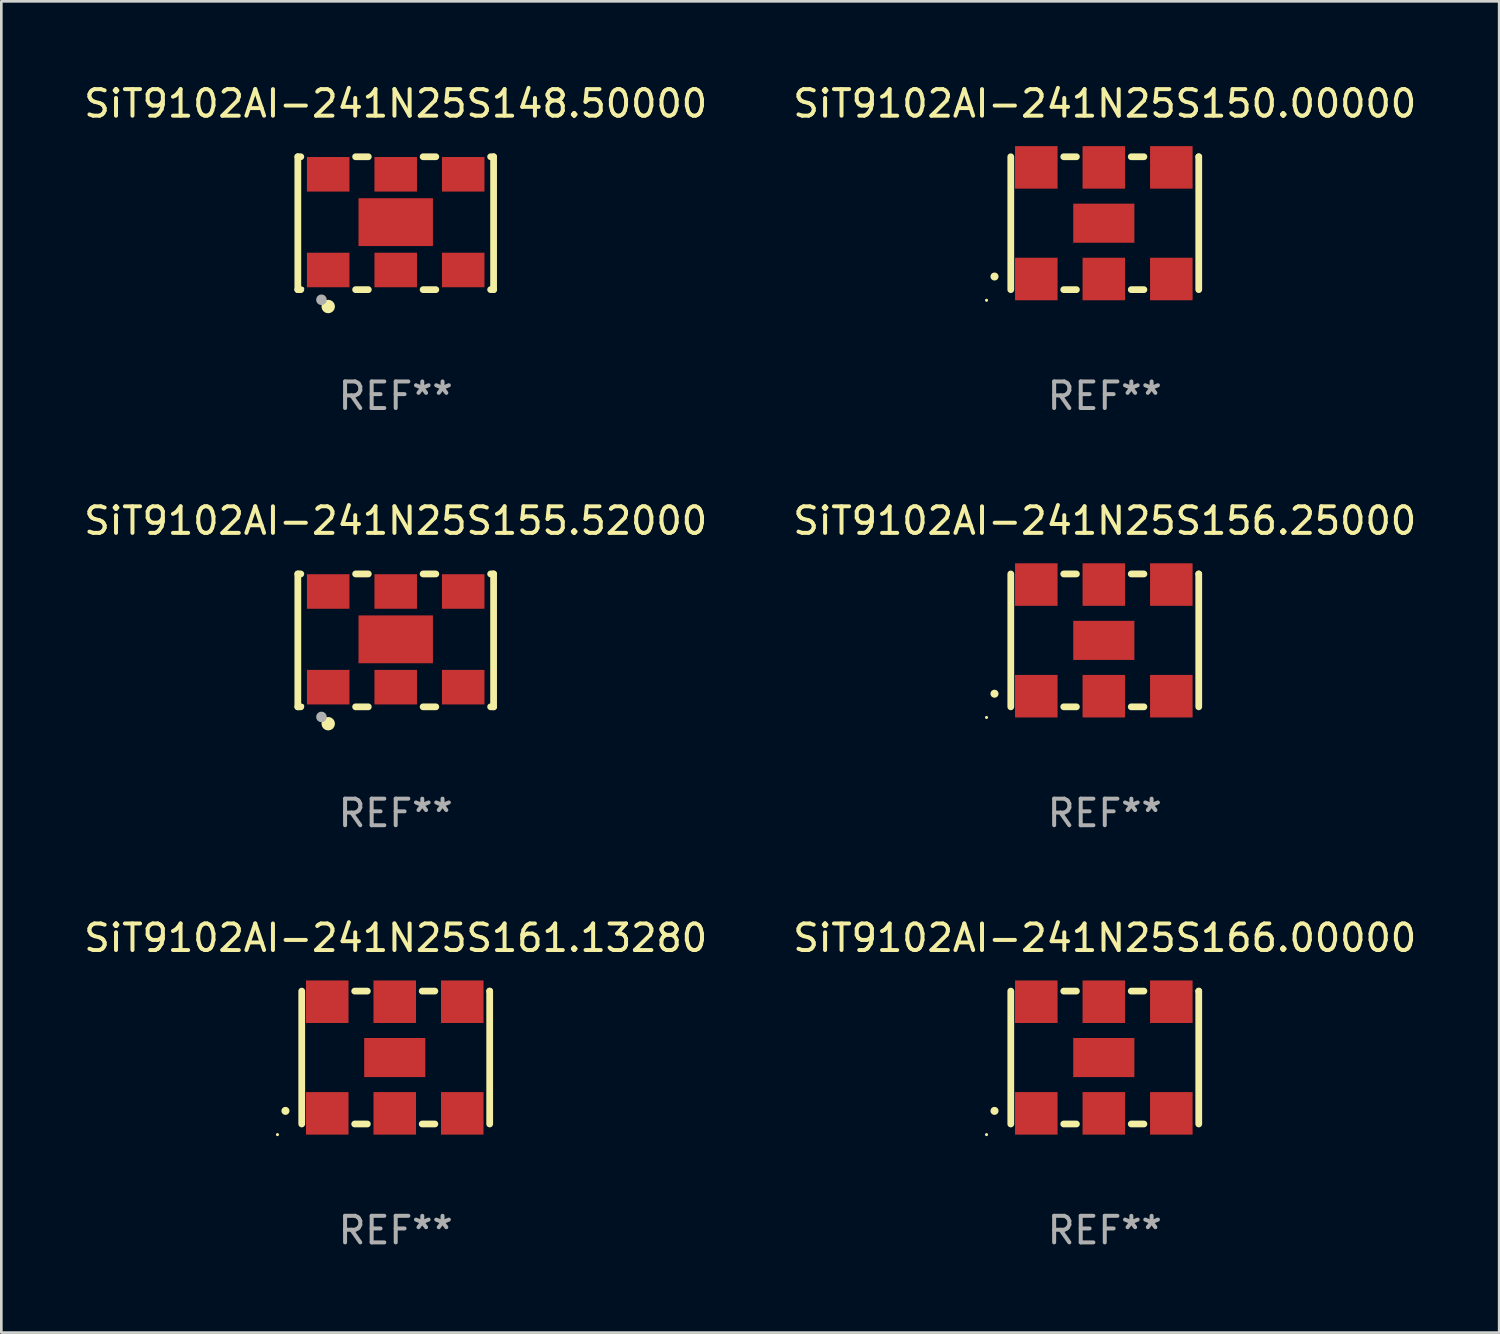
<source format=kicad_pcb>
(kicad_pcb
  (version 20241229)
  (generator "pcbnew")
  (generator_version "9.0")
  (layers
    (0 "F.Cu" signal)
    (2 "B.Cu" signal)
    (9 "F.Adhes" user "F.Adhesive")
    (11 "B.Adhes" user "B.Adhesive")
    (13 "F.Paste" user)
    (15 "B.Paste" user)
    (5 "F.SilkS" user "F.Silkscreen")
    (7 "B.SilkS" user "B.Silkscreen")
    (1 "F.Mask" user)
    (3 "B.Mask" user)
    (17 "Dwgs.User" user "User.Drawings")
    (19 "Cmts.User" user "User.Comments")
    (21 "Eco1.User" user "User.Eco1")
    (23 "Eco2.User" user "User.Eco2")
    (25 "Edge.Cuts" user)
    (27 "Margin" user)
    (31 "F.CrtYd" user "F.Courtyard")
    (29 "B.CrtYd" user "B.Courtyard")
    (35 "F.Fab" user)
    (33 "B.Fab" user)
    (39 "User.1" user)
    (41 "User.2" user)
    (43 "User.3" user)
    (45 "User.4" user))
  (footprint "SiT9102AI-241N25S161.13280"
    (layer "F.Cu")
    (at 11.839 36.741)
    (property "Reference" "SiT9102AI-241N25S161.13280" (at 0 -4.5 0) (layer "F.SilkS") (effects (font (size 1 1) (thickness 0.15))))
    (attr through_hole)
    (fp_line (start -3.536 -2.5) (end -3.536 2.5) (stroke (width 0.254) (type solid)) (layer "F.SilkS"))
    (fp_line (start -1.544 2.5) (end -1.067 2.5) (stroke (width 0.254) (type solid)) (layer "F.SilkS"))
    (fp_line (start -1.067 -2.5) (end -1.544 -2.5) (stroke (width 0.254) (type solid)) (layer "F.SilkS"))
    (fp_line (start 0.996 2.5) (end 1.473 2.5) (stroke (width 0.254) (type solid)) (layer "F.SilkS"))
    (fp_line (start 1.473 -2.5) (end 0.996 -2.5) (stroke (width 0.254) (type solid)) (layer "F.SilkS"))
    (fp_line (start 3.536 -2.5) (end 3.536 -2.5) (stroke (width 0.254) (type solid)) (layer "F.SilkS"))
    (fp_line (start 3.536 2.5) (end 3.536 -2.5) (stroke (width 0.254) (type solid)) (layer "F.SilkS"))
    (fp_arc (start -4.150432 2.006604) (mid -4.149162 2.006599) (end -4.147892 2.006604) (stroke (width 0.3) (type solid)) (layer "F.SilkS"))
    (fp_circle (center -4.449 2.9) (end -4.419 2.9) (stroke (width 0.06) (type solid)) (fill no) (layer "F.SilkS"))
    (fp_text user "REF**" (at 0 6.5 0) (layer "F.Fab") (effects (font (size 1 1) (thickness 0.15))))
    (pad "1" smd rect (at -2.576 2.1) (size 1.6 1.6) (layers "F.Cu" "F.Mask" "F.Paste"))
    (pad "2" smd rect (at -0.036 2.1) (size 1.6 1.6) (layers "F.Cu" "F.Mask" "F.Paste"))
    (pad "3" smd rect (at 2.504 2.1) (size 1.6 1.6) (layers "F.Cu" "F.Mask" "F.Paste"))
    (pad "4" smd rect (at 2.504 -2.1) (size 1.6 1.6) (layers "F.Cu" "F.Mask" "F.Paste"))
    (pad "5" smd rect (at -0.036 -2.1) (size 1.6 1.6) (layers "F.Cu" "F.Mask" "F.Paste"))
    (pad "6" smd rect (at -2.576 -2.1) (size 1.6 1.6) (layers "F.Cu" "F.Mask" "F.Paste"))
    (pad "7" smd rect (at -0.036 0) (size 2.3 1.47) (layers "F.Cu" "F.Mask" "F.Paste")))
  (footprint "SiT9102AI-241N25S155.52000"
    (layer "F.Cu")
    (at 11.839 21.045)
    (property "Reference" "SiT9102AI-241N25S155.52000" (at 0 -4.5 0) (layer "F.SilkS") (effects (font (size 1 1) (thickness 0.15))))
    (attr through_hole)
    (fp_line (start -3.683 -2.5) (end -3.571 -2.5) (stroke (width 0.254) (type solid)) (layer "F.SilkS"))
    (fp_line (start -3.683 2.5) (end -3.683 -2.5) (stroke (width 0.254) (type solid)) (layer "F.SilkS"))
    (fp_line (start -3.683 2.5) (end -3.571 2.5) (stroke (width 0.254) (type solid)) (layer "F.SilkS"))
    (fp_line (start -1.509 -2.5) (end -1.031 -2.5) (stroke (width 0.254) (type solid)) (layer "F.SilkS"))
    (fp_line (start -1.509 2.5) (end -1.031 2.5) (stroke (width 0.254) (type solid)) (layer "F.SilkS"))
    (fp_line (start 1.031 -2.5) (end 1.509 -2.5) (stroke (width 0.254) (type solid)) (layer "F.SilkS"))
    (fp_line (start 1.031 2.5) (end 1.509 2.5) (stroke (width 0.254) (type solid)) (layer "F.SilkS"))
    (fp_line (start 3.571 -2.5) (end 3.683 -2.5) (stroke (width 0.254) (type solid)) (layer "F.SilkS"))
    (fp_line (start 3.571 2.5) (end 3.683 2.5) (stroke (width 0.254) (type solid)) (layer "F.SilkS"))
    (fp_line (start 3.683 2.5) (end 3.683 -2.5) (stroke (width 0.254) (type solid)) (layer "F.SilkS"))
    (fp_circle (center -3.5 2.46) (end -3.47 2.46) (stroke (width 0.06) (type solid)) (fill no) (layer "F.SilkS"))
    (fp_circle (center -2.54 3.135) (end -2.413 3.135) (stroke (width 0.254) (type solid)) (fill no) (layer "F.SilkS"))
    (fp_circle (center -2.794 2.881) (end -2.694 2.881) (stroke (width 0.2) (type solid)) (fill no) (layer "F.Fab"))
    (fp_text user "REF**" (at 0 6.5 0) (layer "F.Fab") (effects (font (size 1 1) (thickness 0.15))))
    (pad "1" smd rect (at -2.54 1.76) (size 1.6 1.3) (layers "F.Cu" "F.Mask" "F.Paste"))
    (pad "2" smd rect (at 0 1.76) (size 1.6 1.3) (layers "F.Cu" "F.Mask" "F.Paste"))
    (pad "3" smd rect (at 2.54 1.76) (size 1.6 1.3) (layers "F.Cu" "F.Mask" "F.Paste"))
    (pad "4" smd rect (at 2.54 -1.84) (size 1.6 1.3) (layers "F.Cu" "F.Mask" "F.Paste"))
    (pad "5" smd rect (at 0 -1.84) (size 1.6 1.3) (layers "F.Cu" "F.Mask" "F.Paste"))
    (pad "6" smd rect (at -2.54 -1.84) (size 1.6 1.3) (layers "F.Cu" "F.Mask" "F.Paste"))
    (pad "7" smd rect (at 0 -0.04) (size 2.8 1.8) (layers "F.Cu" "F.Mask" "F.Paste")))
  (footprint "SiT9102AI-241N25S156.25000"
    (layer "F.Cu")
    (at 38.518 21.045)
    (property "Reference" "SiT9102AI-241N25S156.25000" (at 0 -4.5 0) (layer "F.SilkS") (effects (font (size 1 1) (thickness 0.15))))
    (attr through_hole)
    (fp_line (start -3.536 -2.5) (end -3.536 2.5) (stroke (width 0.254) (type solid)) (layer "F.SilkS"))
    (fp_line (start -1.544 2.5) (end -1.067 2.5) (stroke (width 0.254) (type solid)) (layer "F.SilkS"))
    (fp_line (start -1.067 -2.5) (end -1.544 -2.5) (stroke (width 0.254) (type solid)) (layer "F.SilkS"))
    (fp_line (start 0.996 2.5) (end 1.473 2.5) (stroke (width 0.254) (type solid)) (layer "F.SilkS"))
    (fp_line (start 1.473 -2.5) (end 0.996 -2.5) (stroke (width 0.254) (type solid)) (layer "F.SilkS"))
    (fp_line (start 3.536 -2.5) (end 3.536 -2.5) (stroke (width 0.254) (type solid)) (layer "F.SilkS"))
    (fp_line (start 3.536 2.5) (end 3.536 -2.5) (stroke (width 0.254) (type solid)) (layer "F.SilkS"))
    (fp_arc (start -4.150432 2.006604) (mid -4.149162 2.006599) (end -4.147892 2.006604) (stroke (width 0.3) (type solid)) (layer "F.SilkS"))
    (fp_circle (center -4.449 2.9) (end -4.419 2.9) (stroke (width 0.06) (type solid)) (fill no) (layer "F.SilkS"))
    (fp_text user "REF**" (at 0 6.5 0) (layer "F.Fab") (effects (font (size 1 1) (thickness 0.15))))
    (pad "1" smd rect (at -2.576 2.1) (size 1.6 1.6) (layers "F.Cu" "F.Mask" "F.Paste"))
    (pad "2" smd rect (at -0.036 2.1) (size 1.6 1.6) (layers "F.Cu" "F.Mask" "F.Paste"))
    (pad "3" smd rect (at 2.504 2.1) (size 1.6 1.6) (layers "F.Cu" "F.Mask" "F.Paste"))
    (pad "4" smd rect (at 2.504 -2.1) (size 1.6 1.6) (layers "F.Cu" "F.Mask" "F.Paste"))
    (pad "5" smd rect (at -0.036 -2.1) (size 1.6 1.6) (layers "F.Cu" "F.Mask" "F.Paste"))
    (pad "6" smd rect (at -2.576 -2.1) (size 1.6 1.6) (layers "F.Cu" "F.Mask" "F.Paste"))
    (pad "7" smd rect (at -0.036 0) (size 2.3 1.47) (layers "F.Cu" "F.Mask" "F.Paste")))
  (footprint "SiT9102AI-241N25S150.00000"
    (layer "F.Cu")
    (at 38.518 5.348)
    (property "Reference" "SiT9102AI-241N25S150.00000" (at 0 -4.5 0) (layer "F.SilkS") (effects (font (size 1 1) (thickness 0.15))))
    (attr through_hole)
    (fp_line (start -3.536 -2.5) (end -3.536 2.5) (stroke (width 0.254) (type solid)) (layer "F.SilkS"))
    (fp_line (start -1.544 2.5) (end -1.067 2.5) (stroke (width 0.254) (type solid)) (layer "F.SilkS"))
    (fp_line (start -1.067 -2.5) (end -1.544 -2.5) (stroke (width 0.254) (type solid)) (layer "F.SilkS"))
    (fp_line (start 0.996 2.5) (end 1.473 2.5) (stroke (width 0.254) (type solid)) (layer "F.SilkS"))
    (fp_line (start 1.473 -2.5) (end 0.996 -2.5) (stroke (width 0.254) (type solid)) (layer "F.SilkS"))
    (fp_line (start 3.536 -2.5) (end 3.536 -2.5) (stroke (width 0.254) (type solid)) (layer "F.SilkS"))
    (fp_line (start 3.536 2.5) (end 3.536 -2.5) (stroke (width 0.254) (type solid)) (layer "F.SilkS"))
    (fp_arc (start -4.150432 2.006604) (mid -4.149162 2.006599) (end -4.147892 2.006604) (stroke (width 0.3) (type solid)) (layer "F.SilkS"))
    (fp_circle (center -4.449 2.9) (end -4.419 2.9) (stroke (width 0.06) (type solid)) (fill no) (layer "F.SilkS"))
    (fp_text user "REF**" (at 0 6.5 0) (layer "F.Fab") (effects (font (size 1 1) (thickness 0.15))))
    (pad "1" smd rect (at -2.576 2.1) (size 1.6 1.6) (layers "F.Cu" "F.Mask" "F.Paste"))
    (pad "2" smd rect (at -0.036 2.1) (size 1.6 1.6) (layers "F.Cu" "F.Mask" "F.Paste"))
    (pad "3" smd rect (at 2.504 2.1) (size 1.6 1.6) (layers "F.Cu" "F.Mask" "F.Paste"))
    (pad "4" smd rect (at 2.504 -2.1) (size 1.6 1.6) (layers "F.Cu" "F.Mask" "F.Paste"))
    (pad "5" smd rect (at -0.036 -2.1) (size 1.6 1.6) (layers "F.Cu" "F.Mask" "F.Paste"))
    (pad "6" smd rect (at -2.576 -2.1) (size 1.6 1.6) (layers "F.Cu" "F.Mask" "F.Paste"))
    (pad "7" smd rect (at -0.036 0) (size 2.3 1.47) (layers "F.Cu" "F.Mask" "F.Paste")))
  (footprint "SiT9102AI-241N25S148.50000"
    (layer "F.Cu")
    (at 11.839 5.348)
    (property "Reference" "SiT9102AI-241N25S148.50000" (at 0 -4.5 0) (layer "F.SilkS") (effects (font (size 1 1) (thickness 0.15))))
    (attr through_hole)
    (fp_line (start -3.683 -2.5) (end -3.571 -2.5) (stroke (width 0.254) (type solid)) (layer "F.SilkS"))
    (fp_line (start -3.683 2.5) (end -3.683 -2.5) (stroke (width 0.254) (type solid)) (layer "F.SilkS"))
    (fp_line (start -3.683 2.5) (end -3.571 2.5) (stroke (width 0.254) (type solid)) (layer "F.SilkS"))
    (fp_line (start -1.509 -2.5) (end -1.031 -2.5) (stroke (width 0.254) (type solid)) (layer "F.SilkS"))
    (fp_line (start -1.509 2.5) (end -1.031 2.5) (stroke (width 0.254) (type solid)) (layer "F.SilkS"))
    (fp_line (start 1.031 -2.5) (end 1.509 -2.5) (stroke (width 0.254) (type solid)) (layer "F.SilkS"))
    (fp_line (start 1.031 2.5) (end 1.509 2.5) (stroke (width 0.254) (type solid)) (layer "F.SilkS"))
    (fp_line (start 3.571 -2.5) (end 3.683 -2.5) (stroke (width 0.254) (type solid)) (layer "F.SilkS"))
    (fp_line (start 3.571 2.5) (end 3.683 2.5) (stroke (width 0.254) (type solid)) (layer "F.SilkS"))
    (fp_line (start 3.683 2.5) (end 3.683 -2.5) (stroke (width 0.254) (type solid)) (layer "F.SilkS"))
    (fp_circle (center -3.5 2.46) (end -3.47 2.46) (stroke (width 0.06) (type solid)) (fill no) (layer "F.SilkS"))
    (fp_circle (center -2.54 3.135) (end -2.413 3.135) (stroke (width 0.254) (type solid)) (fill no) (layer "F.SilkS"))
    (fp_circle (center -2.794 2.881) (end -2.694 2.881) (stroke (width 0.2) (type solid)) (fill no) (layer "F.Fab"))
    (fp_text user "REF**" (at 0 6.5 0) (layer "F.Fab") (effects (font (size 1 1) (thickness 0.15))))
    (pad "1" smd rect (at -2.54 1.76) (size 1.6 1.3) (layers "F.Cu" "F.Mask" "F.Paste"))
    (pad "2" smd rect (at 0 1.76) (size 1.6 1.3) (layers "F.Cu" "F.Mask" "F.Paste"))
    (pad "3" smd rect (at 2.54 1.76) (size 1.6 1.3) (layers "F.Cu" "F.Mask" "F.Paste"))
    (pad "4" smd rect (at 2.54 -1.84) (size 1.6 1.3) (layers "F.Cu" "F.Mask" "F.Paste"))
    (pad "5" smd rect (at 0 -1.84) (size 1.6 1.3) (layers "F.Cu" "F.Mask" "F.Paste"))
    (pad "6" smd rect (at -2.54 -1.84) (size 1.6 1.3) (layers "F.Cu" "F.Mask" "F.Paste"))
    (pad "7" smd rect (at 0 -0.04) (size 2.8 1.8) (layers "F.Cu" "F.Mask" "F.Paste")))
  (footprint "SiT9102AI-241N25S166.00000"
    (layer "F.Cu")
    (at 38.518 36.741)
    (property "Reference" "SiT9102AI-241N25S166.00000" (at 0 -4.5 0) (layer "F.SilkS") (effects (font (size 1 1) (thickness 0.15))))
    (attr through_hole)
    (fp_line (start -3.536 -2.5) (end -3.536 2.5) (stroke (width 0.254) (type solid)) (layer "F.SilkS"))
    (fp_line (start -1.544 2.5) (end -1.067 2.5) (stroke (width 0.254) (type solid)) (layer "F.SilkS"))
    (fp_line (start -1.067 -2.5) (end -1.544 -2.5) (stroke (width 0.254) (type solid)) (layer "F.SilkS"))
    (fp_line (start 0.996 2.5) (end 1.473 2.5) (stroke (width 0.254) (type solid)) (layer "F.SilkS"))
    (fp_line (start 1.473 -2.5) (end 0.996 -2.5) (stroke (width 0.254) (type solid)) (layer "F.SilkS"))
    (fp_line (start 3.536 -2.5) (end 3.536 -2.5) (stroke (width 0.254) (type solid)) (layer "F.SilkS"))
    (fp_line (start 3.536 2.5) (end 3.536 -2.5) (stroke (width 0.254) (type solid)) (layer "F.SilkS"))
    (fp_arc (start -4.150432 2.006604) (mid -4.149162 2.006599) (end -4.147892 2.006604) (stroke (width 0.3) (type solid)) (layer "F.SilkS"))
    (fp_circle (center -4.449 2.9) (end -4.419 2.9) (stroke (width 0.06) (type solid)) (fill no) (layer "F.SilkS"))
    (fp_text user "REF**" (at 0 6.5 0) (layer "F.Fab") (effects (font (size 1 1) (thickness 0.15))))
    (pad "1" smd rect (at -2.576 2.1) (size 1.6 1.6) (layers "F.Cu" "F.Mask" "F.Paste"))
    (pad "2" smd rect (at -0.036 2.1) (size 1.6 1.6) (layers "F.Cu" "F.Mask" "F.Paste"))
    (pad "3" smd rect (at 2.504 2.1) (size 1.6 1.6) (layers "F.Cu" "F.Mask" "F.Paste"))
    (pad "4" smd rect (at 2.504 -2.1) (size 1.6 1.6) (layers "F.Cu" "F.Mask" "F.Paste"))
    (pad "5" smd rect (at -0.036 -2.1) (size 1.6 1.6) (layers "F.Cu" "F.Mask" "F.Paste"))
    (pad "6" smd rect (at -2.576 -2.1) (size 1.6 1.6) (layers "F.Cu" "F.Mask" "F.Paste"))
    (pad "7" smd rect (at -0.036 0) (size 2.3 1.47) (layers "F.Cu" "F.Mask" "F.Paste")))
  (gr_rect
    (start -3 -3)
    (end 53.357 47.09)
    (stroke (width 0.1) (type default))
    (fill no)
    (layer "Edge.Cuts")))
</source>
